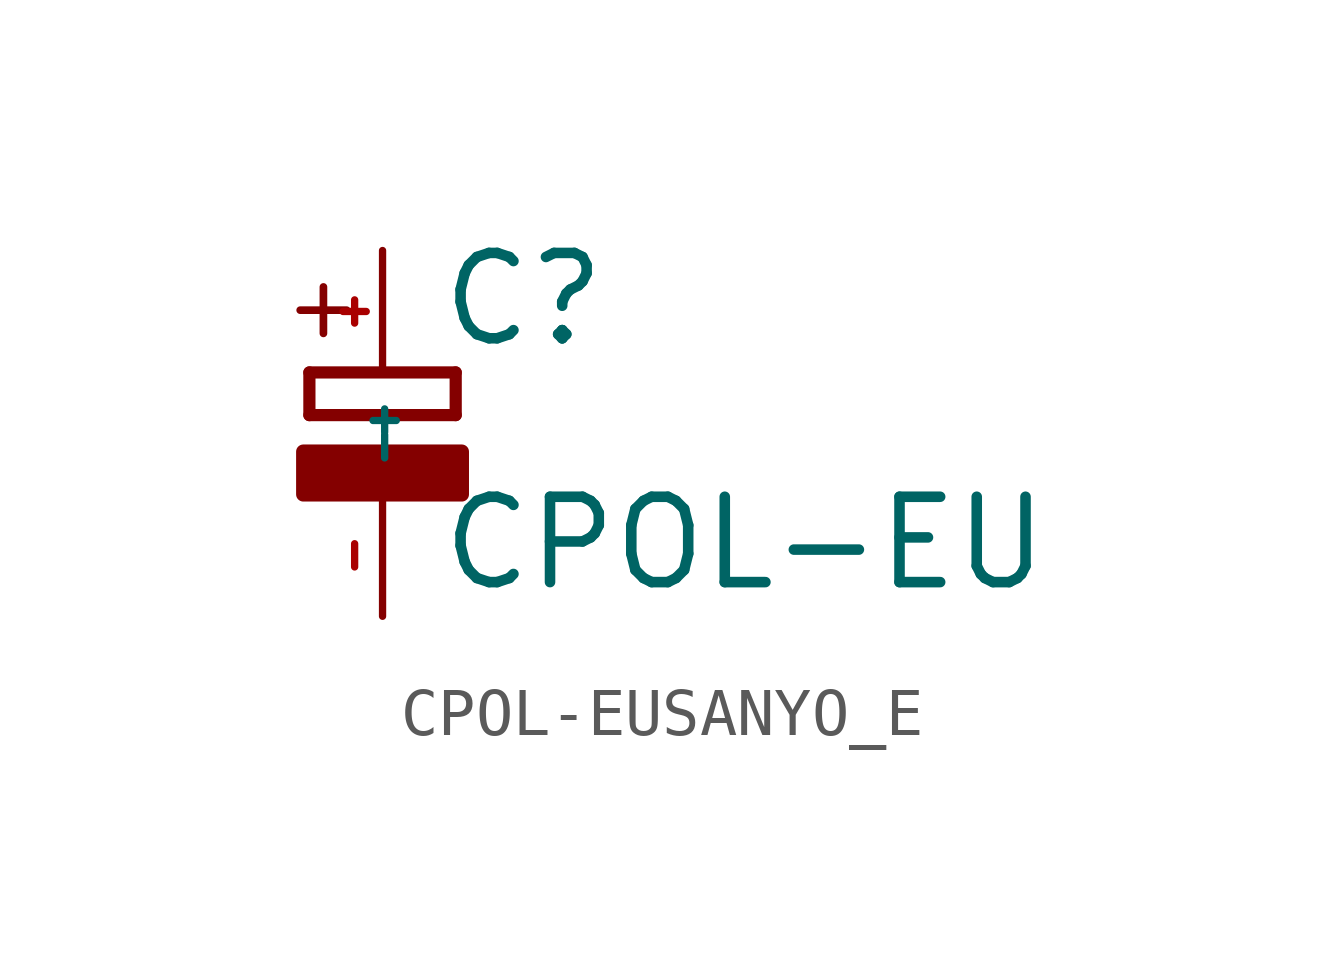
<source format=kicad_sym>
(kicad_symbol_lib
  (version 20220914)
  (generator Eagle2Kicad)
  (symbol "CPOL-EUSANYO_E"
    (property "Reference" "C"
      (at 1.143 0.483 0)
      (effects (font (size 1.778 1.778) (thickness 0.22)) (justify left bottom)))
    (property "Value" "CPOL-EU"
      (at 1.143 -4.597 0)
      (effects (font (size 1.778 1.778) (thickness 0.22)) (justify left bottom)))
    (polyline
      (pts (xy -1.524 -0.889) (xy 1.524 -0.889))
      (stroke (width 0.254) (type default))
      (fill (type none)))
    (polyline
      (pts (xy 1.524 -0.889) (xy 1.524 0))
      (stroke (width 0.254) (type default))
      (fill (type none)))
    (polyline
      (pts (xy -1.524 0) (xy -1.524 -0.889))
      (stroke (width 0.254) (type default))
      (fill (type none)))
    (polyline
      (pts (xy -1.524 0) (xy 1.524 0))
      (stroke (width 0.254) (type default))
      (fill (type none)))
    (text "+"
      (at -0.584 0.406 900)
      (effects (font (size 1.27 1.27) (thickness 0.16)) (justify left bottom)))
    (rectangle
      (start -1.651 -2.54)
      (end 1.651 -1.651)
      (stroke (width 0.3) (type default))
      (fill (type outline)))
    (pin passive line
      (at 0 -5.08 90)
      (length 2.54)
      (name "-" (effects (font (size 0.635 0.635) (thickness 0.08)) (justify left bottom)))
      (number "-" (effects (font (size 0.635 0.635) (thickness 0.08)) (justify left bottom))))
    (pin passive line
      (at 0 2.54 270)
      (length 2.54)
      (name "+" (effects (font (size 0.635 0.635) (thickness 0.08)) (justify left bottom)))
      (number "+" (effects (font (size 0.635 0.635) (thickness 0.08)) (justify left bottom))))))
</source>
